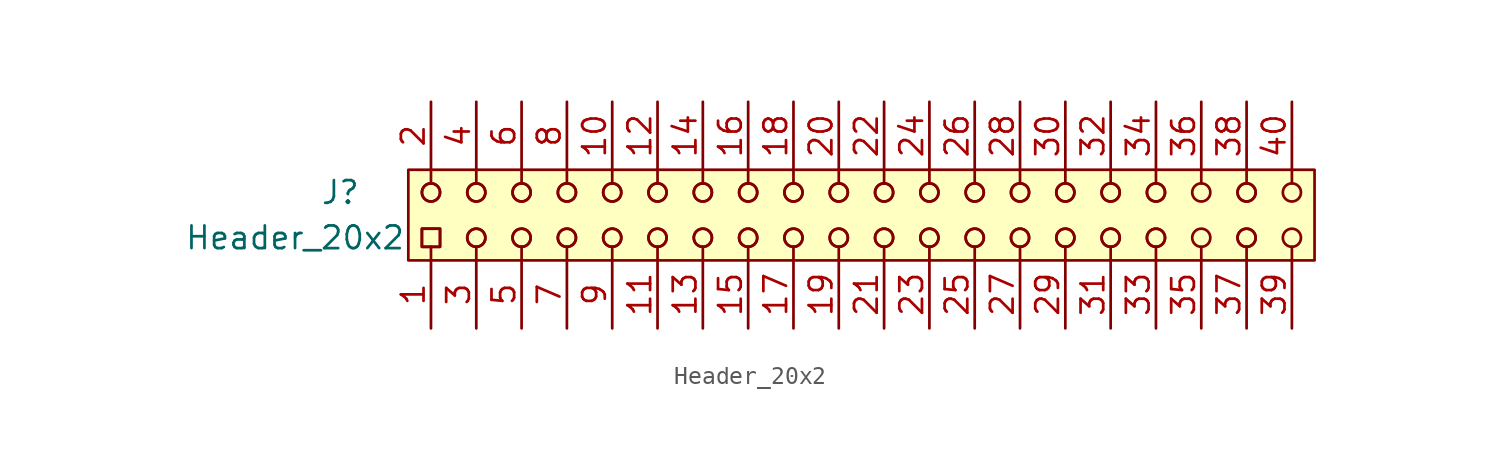
<source format=kicad_sym>
(kicad_symbol_lib
  (version 20220914)
  (generator kicad_symbol_editor)
  (symbol "Header_20x2"
    (pin_names hide)
    (property "Reference" "J"
      (at -27.94 2.54 0)
      (effects (font (size 1.27 1.27))))
    (property "Value" "Header_20x2"
      (at -30.48 0 0)
      (effects (font (size 1.27 1.27))))
    (symbol "Header_20x2_0_0"
      (pin passive line (at -22.86 -5.08 90) (length 3.81) (name "~" (effects (font (size 1.27 1.27)))) (number "1" (effects (font (size 1.27 1.27)))))
      (pin passive line (at -12.7 7.62 270) (length 3.81) (name "~" (effects (font (size 1.27 1.27)))) (number "10" (effects (font (size 1.27 1.27)))))
      (pin passive line (at -10.16 -5.08 90) (length 3.81) (name "~" (effects (font (size 1.27 1.27)))) (number "11" (effects (font (size 1.27 1.27)))))
      (pin passive line (at -10.16 7.62 270) (length 3.81) (name "~" (effects (font (size 1.27 1.27)))) (number "12" (effects (font (size 1.27 1.27)))))
      (pin passive line (at -7.62 -5.08 90) (length 3.81) (name "~" (effects (font (size 1.27 1.27)))) (number "13" (effects (font (size 1.27 1.27)))))
      (pin passive line (at -7.62 7.62 270) (length 3.81) (name "~" (effects (font (size 1.27 1.27)))) (number "14" (effects (font (size 1.27 1.27)))))
      (pin passive line (at -5.08 -5.08 90) (length 3.81) (name "~" (effects (font (size 1.27 1.27)))) (number "15" (effects (font (size 1.27 1.27)))))
      (pin passive line (at -5.08 7.62 270) (length 3.81) (name "~" (effects (font (size 1.27 1.27)))) (number "16" (effects (font (size 1.27 1.27)))))
      (pin passive line (at -2.54 -5.08 90) (length 3.81) (name "~" (effects (font (size 1.27 1.27)))) (number "17" (effects (font (size 1.27 1.27)))))
      (pin passive line (at -2.54 7.62 270) (length 3.81) (name "~" (effects (font (size 1.27 1.27)))) (number "18" (effects (font (size 1.27 1.27)))))
      (pin passive line (at 0 -5.08 90) (length 3.81) (name "~" (effects (font (size 1.27 1.27)))) (number "19" (effects (font (size 1.27 1.27)))))
      (pin passive line (at -22.86 7.62 270) (length 3.81) (name "~" (effects (font (size 1.27 1.27)))) (number "2" (effects (font (size 1.27 1.27)))))
      (pin passive line (at 0 7.62 270) (length 3.81) (name "~" (effects (font (size 1.27 1.27)))) (number "20" (effects (font (size 1.27 1.27)))))
      (pin passive line (at 2.54 -5.08 90) (length 3.81) (name "~" (effects (font (size 1.27 1.27)))) (number "21" (effects (font (size 1.27 1.27)))))
      (pin passive line (at 2.54 7.62 270) (length 3.81) (name "~" (effects (font (size 1.27 1.27)))) (number "22" (effects (font (size 1.27 1.27)))))
      (pin passive line (at 5.08 -5.08 90) (length 3.81) (name "~" (effects (font (size 1.27 1.27)))) (number "23" (effects (font (size 1.27 1.27)))))
      (pin passive line (at 5.08 7.62 270) (length 3.81) (name "~" (effects (font (size 1.27 1.27)))) (number "24" (effects (font (size 1.27 1.27)))))
      (pin passive line (at 7.62 -5.08 90) (length 3.81) (name "~" (effects (font (size 1.27 1.27)))) (number "25" (effects (font (size 1.27 1.27)))))
      (pin passive line (at 7.62 7.62 270) (length 3.81) (name "~" (effects (font (size 1.27 1.27)))) (number "26" (effects (font (size 1.27 1.27)))))
      (pin passive line (at 10.16 -5.08 90) (length 3.81) (name "~" (effects (font (size 1.27 1.27)))) (number "27" (effects (font (size 1.27 1.27)))))
      (pin passive line (at 10.16 7.62 270) (length 3.81) (name "~" (effects (font (size 1.27 1.27)))) (number "28" (effects (font (size 1.27 1.27)))))
      (pin passive line (at 12.7 -5.08 90) (length 3.81) (name "~" (effects (font (size 1.27 1.27)))) (number "29" (effects (font (size 1.27 1.27)))))
      (pin passive line (at -20.32 -5.08 90) (length 3.81) (name "~" (effects (font (size 1.27 1.27)))) (number "3" (effects (font (size 1.27 1.27)))))
      (pin passive line (at 12.7 7.62 270) (length 3.81) (name "~" (effects (font (size 1.27 1.27)))) (number "30" (effects (font (size 1.27 1.27)))))
      (pin passive line (at 15.24 -5.08 90) (length 3.81) (name "~" (effects (font (size 1.27 1.27)))) (number "31" (effects (font (size 1.27 1.27)))))
      (pin passive line (at 15.24 7.62 270) (length 3.81) (name "~" (effects (font (size 1.27 1.27)))) (number "32" (effects (font (size 1.27 1.27)))))
      (pin passive line (at 17.78 -5.08 90) (length 3.81) (name "~" (effects (font (size 1.27 1.27)))) (number "33" (effects (font (size 1.27 1.27)))))
      (pin passive line (at 17.78 7.62 270) (length 3.81) (name "~" (effects (font (size 1.27 1.27)))) (number "34" (effects (font (size 1.27 1.27)))))
      (pin passive line (at 20.32 -5.08 90) (length 3.81) (name "~" (effects (font (size 1.27 1.27)))) (number "35" (effects (font (size 1.27 1.27)))))
      (pin passive line (at 20.32 7.62 270) (length 3.81) (name "~" (effects (font (size 1.27 1.27)))) (number "36" (effects (font (size 1.27 1.27)))))
      (pin passive line (at 22.86 -5.08 90) (length 3.81) (name "~" (effects (font (size 1.27 1.27)))) (number "37" (effects (font (size 1.27 1.27)))))
      (pin passive line (at 22.86 7.62 270) (length 3.81) (name "~" (effects (font (size 1.27 1.27)))) (number "38" (effects (font (size 1.27 1.27)))))
      (pin passive line (at 25.4 -5.08 90) (length 3.81) (name "~" (effects (font (size 1.27 1.27)))) (number "39" (effects (font (size 1.27 1.27)))))
      (pin passive line (at -20.32 7.62 270) (length 3.81) (name "~" (effects (font (size 1.27 1.27)))) (number "4" (effects (font (size 1.27 1.27)))))
      (pin passive line (at 25.4 7.62 270) (length 3.81) (name "~" (effects (font (size 1.27 1.27)))) (number "40" (effects (font (size 1.27 1.27)))))
      (pin passive line (at -17.78 -5.08 90) (length 3.81) (name "~" (effects (font (size 1.27 1.27)))) (number "5" (effects (font (size 1.27 1.27)))))
      (pin passive line (at -17.78 7.62 270) (length 3.81) (name "~" (effects (font (size 1.27 1.27)))) (number "6" (effects (font (size 1.27 1.27)))))
      (pin passive line (at -15.24 -5.08 90) (length 3.81) (name "~" (effects (font (size 1.27 1.27)))) (number "7" (effects (font (size 1.27 1.27)))))
      (pin passive line (at -15.24 7.62 270) (length 3.81) (name "~" (effects (font (size 1.27 1.27)))) (number "8" (effects (font (size 1.27 1.27)))))
      (pin passive line (at -12.7 -5.08 90) (length 3.81) (name "~" (effects (font (size 1.27 1.27)))) (number "9" (effects (font (size 1.27 1.27))))))
    (symbol "Header_20x2_0_1"
      (rectangle (start -24.13 3.81) (end 26.67 -1.27) (stroke (width 0.152) (type default)) (fill (type background)))
      (rectangle (start -23.368 0.508) (end -22.352 -0.508) (stroke (width 0) (type default)) (fill (type none)))
      (rectangle (start -23.368 0.508) (end -22.352 -0.508) (stroke (width 0) (type default)) (fill (type none)))
      (circle (center -22.86 2.54) (radius 0.508) (stroke (width 0) (type default)) (fill (type none)))
      (circle (center -22.86 2.54) (radius 0.508) (stroke (width 0) (type default)) (fill (type none)))
      (circle (center -20.32 0) (radius 0.508) (stroke (width 0) (type default)) (fill (type none)))
      (circle (center -20.32 0) (radius 0.508) (stroke (width 0) (type default)) (fill (type none)))
      (circle (center -20.32 2.54) (radius 0.508) (stroke (width 0) (type default)) (fill (type none)))
      (circle (center -20.32 2.54) (radius 0.508) (stroke (width 0) (type default)) (fill (type none)))
      (circle (center -17.78 0) (radius 0.508) (stroke (width 0) (type default)) (fill (type none)))
      (circle (center -17.78 0) (radius 0.508) (stroke (width 0) (type default)) (fill (type none)))
      (circle (center -17.78 2.54) (radius 0.508) (stroke (width 0) (type default)) (fill (type none)))
      (circle (center -17.78 2.54) (radius 0.508) (stroke (width 0) (type default)) (fill (type none)))
      (circle (center -15.24 0) (radius 0.508) (stroke (width 0) (type default)) (fill (type none)))
      (circle (center -15.24 0) (radius 0.508) (stroke (width 0) (type default)) (fill (type none)))
      (circle (center -15.24 2.54) (radius 0.508) (stroke (width 0) (type default)) (fill (type none)))
      (circle (center -15.24 2.54) (radius 0.508) (stroke (width 0) (type default)) (fill (type none)))
      (circle (center -12.7 0) (radius 0.508) (stroke (width 0) (type default)) (fill (type none)))
      (circle (center -12.7 0) (radius 0.508) (stroke (width 0) (type default)) (fill (type none)))
      (circle (center -12.7 2.54) (radius 0.508) (stroke (width 0) (type default)) (fill (type none)))
      (circle (center -12.7 2.54) (radius 0.508) (stroke (width 0) (type default)) (fill (type none)))
      (circle (center -10.16 0) (radius 0.508) (stroke (width 0) (type default)) (fill (type none)))
      (circle (center -10.16 0) (radius 0.508) (stroke (width 0) (type default)) (fill (type none)))
      (circle (center -10.16 2.54) (radius 0.508) (stroke (width 0) (type default)) (fill (type none)))
      (circle (center -10.16 2.54) (radius 0.508) (stroke (width 0) (type default)) (fill (type none)))
      (circle (center -7.62 0) (radius 0.508) (stroke (width 0) (type default)) (fill (type none)))
      (circle (center -7.62 0) (radius 0.508) (stroke (width 0) (type default)) (fill (type none)))
      (circle (center -7.62 2.54) (radius 0.508) (stroke (width 0) (type default)) (fill (type none)))
      (circle (center -7.62 2.54) (radius 0.508) (stroke (width 0) (type default)) (fill (type none)))
      (circle (center -5.08 0) (radius 0.508) (stroke (width 0) (type default)) (fill (type none)))
      (circle (center -5.08 0) (radius 0.508) (stroke (width 0) (type default)) (fill (type none)))
      (circle (center -5.08 2.54) (radius 0.508) (stroke (width 0) (type default)) (fill (type none)))
      (circle (center -5.08 2.54) (radius 0.508) (stroke (width 0) (type default)) (fill (type none)))
      (circle (center -2.54 0) (radius 0.508) (stroke (width 0) (type default)) (fill (type none)))
      (circle (center -2.54 0) (radius 0.508) (stroke (width 0) (type default)) (fill (type none)))
      (circle (center -2.54 2.54) (radius 0.508) (stroke (width 0) (type default)) (fill (type none)))
      (circle (center -2.54 2.54) (radius 0.508) (stroke (width 0) (type default)) (fill (type none)))
      (polyline (pts (xy -22.86 -0.508) (xy -22.86 -1.27)) (stroke (width 0) (type default)) (fill (type none)))
      (polyline (pts (xy -22.86 3.048) (xy -22.86 3.81)) (stroke (width 0) (type default)) (fill (type none)))
      (polyline (pts (xy -20.32 -0.508) (xy -20.32 -1.27)) (stroke (width 0) (type default)) (fill (type none)))
      (polyline (pts (xy -20.32 3.048) (xy -20.32 3.81)) (stroke (width 0) (type default)) (fill (type none)))
      (polyline (pts (xy -17.78 -0.508) (xy -17.78 -1.27)) (stroke (width 0) (type default)) (fill (type none)))
      (polyline (pts (xy -17.78 3.048) (xy -17.78 3.81)) (stroke (width 0) (type default)) (fill (type none)))
      (polyline (pts (xy -15.24 -0.508) (xy -15.24 -1.27)) (stroke (width 0) (type default)) (fill (type none)))
      (polyline (pts (xy -15.24 3.048) (xy -15.24 3.81)) (stroke (width 0) (type default)) (fill (type none)))
      (polyline (pts (xy -12.7 -0.508) (xy -12.7 -1.27)) (stroke (width 0) (type default)) (fill (type none)))
      (polyline (pts (xy -12.7 3.048) (xy -12.7 3.81)) (stroke (width 0) (type default)) (fill (type none)))
      (polyline (pts (xy -10.16 -0.508) (xy -10.16 -1.27)) (stroke (width 0) (type default)) (fill (type none)))
      (polyline (pts (xy -10.16 3.048) (xy -10.16 3.81)) (stroke (width 0) (type default)) (fill (type none)))
      (polyline (pts (xy -7.62 -0.508) (xy -7.62 -1.27)) (stroke (width 0) (type default)) (fill (type none)))
      (polyline (pts (xy -7.62 3.048) (xy -7.62 3.81)) (stroke (width 0) (type default)) (fill (type none)))
      (polyline (pts (xy -5.08 -0.508) (xy -5.08 -1.27)) (stroke (width 0) (type default)) (fill (type none)))
      (polyline (pts (xy -5.08 3.048) (xy -5.08 3.81)) (stroke (width 0) (type default)) (fill (type none)))
      (polyline (pts (xy -2.54 -0.508) (xy -2.54 -1.27)) (stroke (width 0) (type default)) (fill (type none)))
      (polyline (pts (xy -2.54 3.048) (xy -2.54 3.81)) (stroke (width 0) (type default)) (fill (type none)))
      (polyline (pts (xy 0 -0.508) (xy 0 -1.27)) (stroke (width 0) (type default)) (fill (type none)))
      (polyline (pts (xy 0 3.048) (xy 0 3.81)) (stroke (width 0) (type default)) (fill (type none)))
      (polyline (pts (xy 2.54 -0.508) (xy 2.54 -1.27)) (stroke (width 0) (type default)) (fill (type none)))
      (polyline (pts (xy 2.54 3.048) (xy 2.54 3.81)) (stroke (width 0) (type default)) (fill (type none)))
      (polyline (pts (xy 5.08 -0.508) (xy 5.08 -1.27)) (stroke (width 0) (type default)) (fill (type none)))
      (polyline (pts (xy 5.08 3.048) (xy 5.08 3.81)) (stroke (width 0) (type default)) (fill (type none)))
      (polyline (pts (xy 7.62 -0.508) (xy 7.62 -1.27)) (stroke (width 0) (type default)) (fill (type none)))
      (polyline (pts (xy 7.62 3.048) (xy 7.62 3.81)) (stroke (width 0) (type default)) (fill (type none)))
      (polyline (pts (xy 10.16 -0.508) (xy 10.16 -1.27)) (stroke (width 0) (type default)) (fill (type none)))
      (polyline (pts (xy 10.16 3.048) (xy 10.16 3.81)) (stroke (width 0) (type default)) (fill (type none)))
      (polyline (pts (xy 12.7 -0.508) (xy 12.7 -1.27)) (stroke (width 0) (type default)) (fill (type none)))
      (polyline (pts (xy 12.7 3.048) (xy 12.7 3.81)) (stroke (width 0) (type default)) (fill (type none)))
      (polyline (pts (xy 15.24 -0.508) (xy 15.24 -1.27)) (stroke (width 0) (type default)) (fill (type none)))
      (polyline (pts (xy 15.24 3.048) (xy 15.24 3.81)) (stroke (width 0) (type default)) (fill (type none)))
      (polyline (pts (xy 17.78 -0.508) (xy 17.78 -1.27)) (stroke (width 0) (type default)) (fill (type none)))
      (polyline (pts (xy 17.78 3.048) (xy 17.78 3.81)) (stroke (width 0) (type default)) (fill (type none)))
      (polyline (pts (xy 20.32 -0.508) (xy 20.32 -1.27)) (stroke (width 0) (type default)) (fill (type none)))
      (polyline (pts (xy 20.32 3.048) (xy 20.32 3.81)) (stroke (width 0) (type default)) (fill (type none)))
      (polyline (pts (xy 22.86 -0.508) (xy 22.86 -1.27)) (stroke (width 0) (type default)) (fill (type none)))
      (polyline (pts (xy 22.86 3.048) (xy 22.86 3.81)) (stroke (width 0) (type default)) (fill (type none)))
      (polyline (pts (xy 25.4 -0.508) (xy 25.4 -1.27)) (stroke (width 0) (type default)) (fill (type none)))
      (polyline (pts (xy 25.4 3.048) (xy 25.4 3.81)) (stroke (width 0) (type default)) (fill (type none)))
      (circle (center 0 0) (radius 0.508) (stroke (width 0) (type default)) (fill (type none)))
      (circle (center 0 0) (radius 0.508) (stroke (width 0) (type default)) (fill (type none)))
      (circle (center 0 2.54) (radius 0.508) (stroke (width 0) (type default)) (fill (type none)))
      (circle (center 0 2.54) (radius 0.508) (stroke (width 0) (type default)) (fill (type none)))
      (circle (center 2.54 0) (radius 0.508) (stroke (width 0) (type default)) (fill (type none)))
      (circle (center 2.54 0) (radius 0.508) (stroke (width 0) (type default)) (fill (type none)))
      (circle (center 2.54 2.54) (radius 0.508) (stroke (width 0) (type default)) (fill (type none)))
      (circle (center 2.54 2.54) (radius 0.508) (stroke (width 0) (type default)) (fill (type none)))
      (circle (center 5.08 0) (radius 0.508) (stroke (width 0) (type default)) (fill (type none)))
      (circle (center 5.08 0) (radius 0.508) (stroke (width 0) (type default)) (fill (type none)))
      (circle (center 5.08 2.54) (radius 0.508) (stroke (width 0) (type default)) (fill (type none)))
      (circle (center 5.08 2.54) (radius 0.508) (stroke (width 0) (type default)) (fill (type none)))
      (circle (center 7.62 0) (radius 0.508) (stroke (width 0) (type default)) (fill (type none)))
      (circle (center 7.62 0) (radius 0.508) (stroke (width 0) (type default)) (fill (type none)))
      (circle (center 7.62 2.54) (radius 0.508) (stroke (width 0) (type default)) (fill (type none)))
      (circle (center 7.62 2.54) (radius 0.508) (stroke (width 0) (type default)) (fill (type none)))
      (circle (center 10.16 0) (radius 0.508) (stroke (width 0) (type default)) (fill (type none)))
      (circle (center 10.16 0) (radius 0.508) (stroke (width 0) (type default)) (fill (type none)))
      (circle (center 10.16 2.54) (radius 0.508) (stroke (width 0) (type default)) (fill (type none)))
      (circle (center 10.16 2.54) (radius 0.508) (stroke (width 0) (type default)) (fill (type none)))
      (circle (center 12.7 0) (radius 0.508) (stroke (width 0) (type default)) (fill (type none)))
      (circle (center 12.7 0) (radius 0.508) (stroke (width 0) (type default)) (fill (type none)))
      (circle (center 12.7 2.54) (radius 0.508) (stroke (width 0) (type default)) (fill (type none)))
      (circle (center 12.7 2.54) (radius 0.508) (stroke (width 0) (type default)) (fill (type none)))
      (circle (center 15.24 0) (radius 0.508) (stroke (width 0) (type default)) (fill (type none)))
      (circle (center 15.24 0) (radius 0.508) (stroke (width 0) (type default)) (fill (type none)))
      (circle (center 15.24 2.54) (radius 0.508) (stroke (width 0) (type default)) (fill (type none)))
      (circle (center 15.24 2.54) (radius 0.508) (stroke (width 0) (type default)) (fill (type none)))
      (circle (center 17.78 0) (radius 0.508) (stroke (width 0) (type default)) (fill (type none)))
      (circle (center 17.78 0) (radius 0.508) (stroke (width 0) (type default)) (fill (type none)))
      (circle (center 17.78 2.54) (radius 0.508) (stroke (width 0) (type default)) (fill (type none)))
      (circle (center 17.78 2.54) (radius 0.508) (stroke (width 0) (type default)) (fill (type none)))
      (circle (center 20.32 0) (radius 0.508) (stroke (width 0) (type default)) (fill (type none)))
      (circle (center 20.32 2.54) (radius 0.508) (stroke (width 0) (type default)) (fill (type none)))
      (circle (center 22.86 0) (radius 0.508) (stroke (width 0) (type default)) (fill (type none)))
      (circle (center 22.86 0) (radius 0.508) (stroke (width 0) (type default)) (fill (type none)))
      (circle (center 22.86 2.54) (radius 0.508) (stroke (width 0) (type default)) (fill (type none)))
      (circle (center 22.86 2.54) (radius 0.508) (stroke (width 0) (type default)) (fill (type none)))
      (circle (center 25.4 0) (radius 0.508) (stroke (width 0) (type default)) (fill (type none)))
      (circle (center 25.4 2.54) (radius 0.508) (stroke (width 0) (type default)) (fill (type none))))))
</source>
